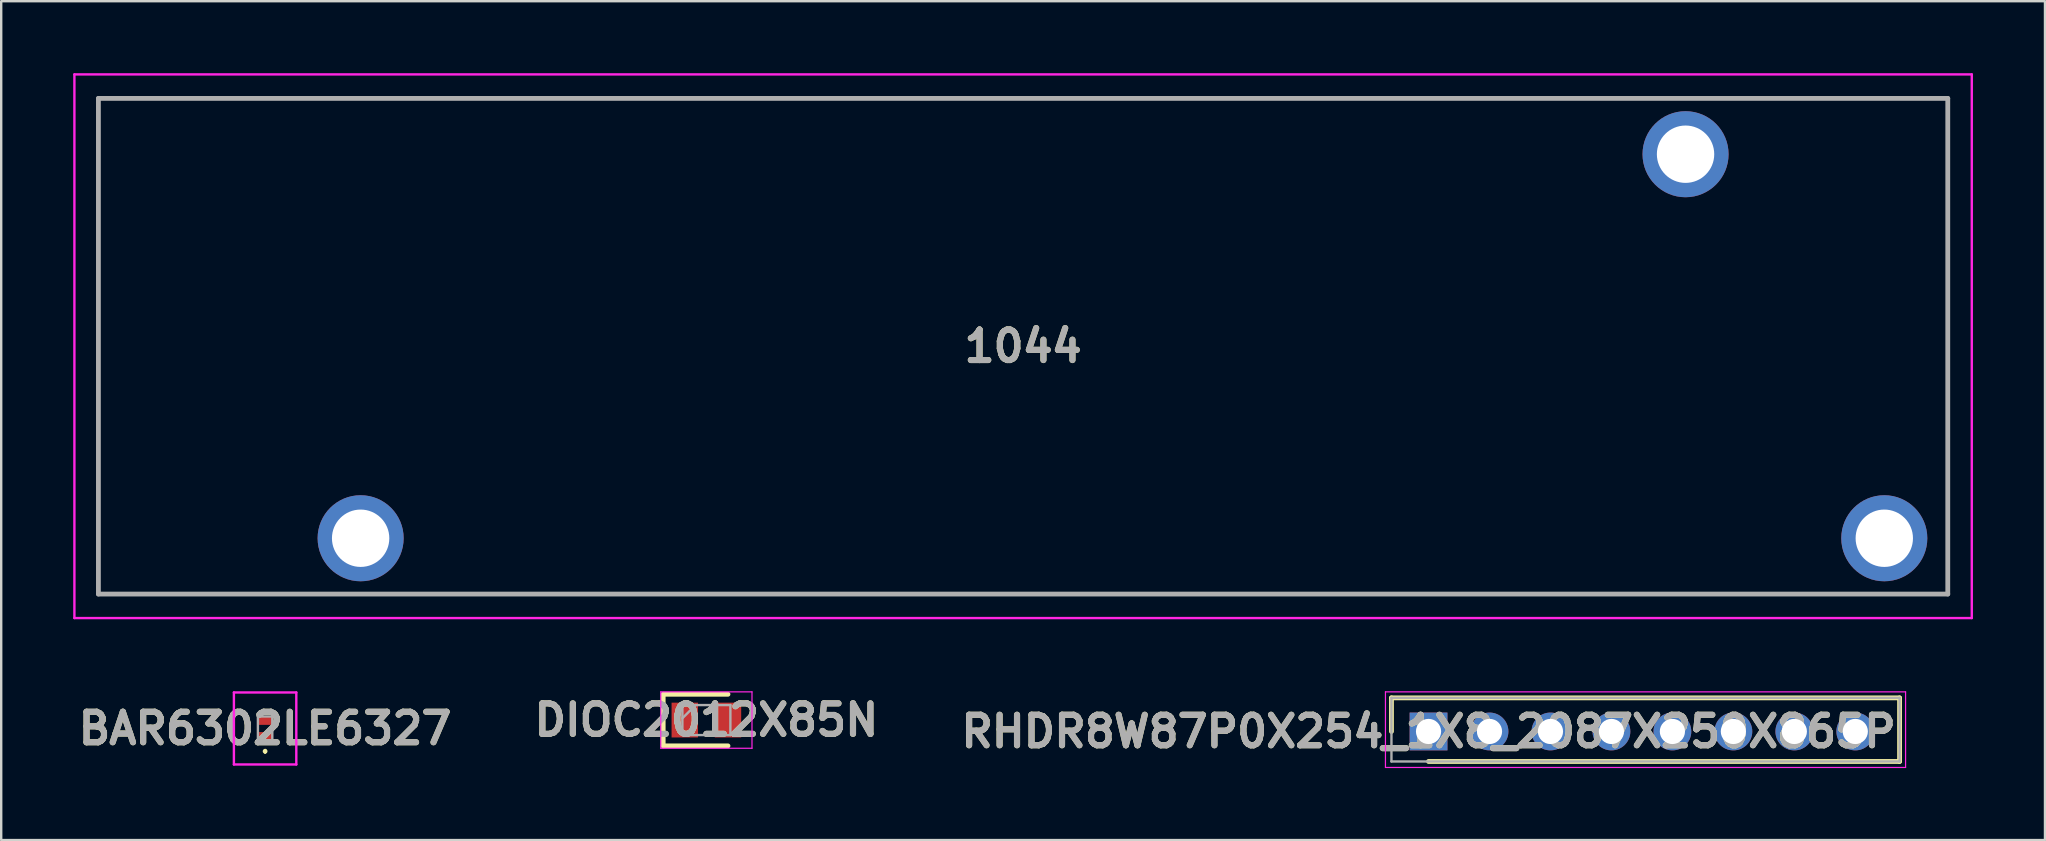
<source format=kicad_pcb>
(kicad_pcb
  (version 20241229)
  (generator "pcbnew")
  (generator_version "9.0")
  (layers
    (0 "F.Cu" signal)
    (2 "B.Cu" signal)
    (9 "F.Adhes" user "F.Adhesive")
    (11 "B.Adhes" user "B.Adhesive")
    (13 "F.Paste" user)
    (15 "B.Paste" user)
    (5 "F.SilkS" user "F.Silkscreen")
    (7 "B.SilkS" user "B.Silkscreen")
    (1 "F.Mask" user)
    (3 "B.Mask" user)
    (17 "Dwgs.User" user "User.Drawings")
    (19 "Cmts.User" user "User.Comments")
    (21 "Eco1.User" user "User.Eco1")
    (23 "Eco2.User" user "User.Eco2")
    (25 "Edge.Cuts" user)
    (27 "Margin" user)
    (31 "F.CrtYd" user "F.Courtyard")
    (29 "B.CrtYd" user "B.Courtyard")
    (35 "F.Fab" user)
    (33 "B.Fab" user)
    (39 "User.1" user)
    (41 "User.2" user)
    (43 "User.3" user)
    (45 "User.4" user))
  (footprint "BAR6302LE6327"
    (layer "F.Cu")
    (at 7.995 27.3)
    (property "Reference" "BAR6302LE6327" (at 0 0 0) (layer "F.SilkS") (effects (font (size 1.27 1.27) (thickness 0.254))))
    (attr smd)
    (fp_line (start 0 0.9) (end 0 0.9) (stroke (width 0.1) (type solid)) (layer "F.SilkS"))
    (fp_line (start 0 1) (end 0 1) (stroke (width 0.1) (type solid)) (layer "F.SilkS"))
    (fp_arc (start 0 0.9) (mid 0.05 0.95) (end 0 1) (stroke (width 0.1) (type solid)) (layer "F.SilkS"))
    (fp_arc (start 0 1) (mid -0.05 0.95) (end 0 0.9) (stroke (width 0.1) (type solid)) (layer "F.SilkS"))
    (fp_line (start -1.3 -1.5) (end 1.3 -1.5) (stroke (width 0.1) (type solid)) (layer "F.CrtYd"))
    (fp_line (start -1.3 1.5) (end -1.3 -1.5) (stroke (width 0.1) (type solid)) (layer "F.CrtYd"))
    (fp_line (start 1.3 -1.5) (end 1.3 1.5) (stroke (width 0.1) (type solid)) (layer "F.CrtYd"))
    (fp_line (start 1.3 1.5) (end -1.3 1.5) (stroke (width 0.1) (type solid)) (layer "F.CrtYd"))
    (fp_line (start -0.3 -0.5) (end 0.3 -0.5) (stroke (width 0.1) (type solid)) (layer "F.Fab"))
    (fp_line (start -0.3 0.5) (end -0.3 -0.5) (stroke (width 0.1) (type solid)) (layer "F.Fab"))
    (fp_line (start 0.3 -0.5) (end 0.3 0.5) (stroke (width 0.1) (type solid)) (layer "F.Fab"))
    (fp_line (start 0.3 0.5) (end -0.3 0.5) (stroke (width 0.1) (type solid)) (layer "F.Fab"))
    (fp_text user "${REFERENCE}" (at 0 0 0) (layer "F.Fab") (effects (font (size 1.27 1.27) (thickness 0.254))))
    (pad "1" smd rect (at 0 0.325 90) (size 0.35 0.6) (layers "F.Cu" "F.Mask" "F.Paste"))
    (pad "2" smd rect (at 0 -0.325 90) (size 0.35 0.6) (layers "F.Cu" "F.Mask" "F.Paste")))
  (footprint "DIOC2012X85N"
    (layer "F.Cu")
    (at 26.38 26.95)
    (property "Reference" "DIOC2012X85N" (at 0 0 0) (layer "F.SilkS") (effects (font (size 1.27 1.27) (thickness 0.254))))
    (attr smd)
    (fp_line (start -1.8 -1.075) (end -1.8 1.075) (stroke (width 0.2) (type solid)) (layer "F.SilkS"))
    (fp_line (start -1.8 1.075) (end 0.9 1.075) (stroke (width 0.2) (type solid)) (layer "F.SilkS"))
    (fp_line (start 0.9 -1.075) (end -1.8 -1.075) (stroke (width 0.2) (type solid)) (layer "F.SilkS"))
    (fp_line (start -1.9 -1.175) (end 1.9 -1.175) (stroke (width 0.05) (type solid)) (layer "F.CrtYd"))
    (fp_line (start -1.9 1.175) (end -1.9 -1.175) (stroke (width 0.05) (type solid)) (layer "F.CrtYd"))
    (fp_line (start 1.9 -1.175) (end 1.9 1.175) (stroke (width 0.05) (type solid)) (layer "F.CrtYd"))
    (fp_line (start 1.9 1.175) (end -1.9 1.175) (stroke (width 0.05) (type solid)) (layer "F.CrtYd"))
    (fp_line (start -1 -0.625) (end 1 -0.625) (stroke (width 0.1) (type solid)) (layer "F.Fab"))
    (fp_line (start -1 -0.075) (end -0.45 -0.625) (stroke (width 0.1) (type solid)) (layer "F.Fab"))
    (fp_line (start -1 0.625) (end -1 -0.625) (stroke (width 0.1) (type solid)) (layer "F.Fab"))
    (fp_line (start 1 -0.625) (end 1 0.625) (stroke (width 0.1) (type solid)) (layer "F.Fab"))
    (fp_line (start 1 0.625) (end -1 0.625) (stroke (width 0.1) (type solid)) (layer "F.Fab"))
    (fp_text user "${REFERENCE}" (at 0 0 0) (layer "F.Fab") (effects (font (size 1.27 1.27) (thickness 0.254))))
    (pad "1" smd rect (at -0.9 0) (size 1.1 1.45) (layers "F.Cu" "F.Mask" "F.Paste"))
    (pad "2" smd rect (at 0.9 0) (size 1.1 1.45) (layers "F.Cu" "F.Mask" "F.Paste")))
  (footprint "RHDR8W87P0X254_1X8_2087X250X865P"
    (layer "F.Cu")
    (at 56.467 27.425)
    (property "Reference" "RHDR8W87P0X254_1X8_2087X250X865P" (at 0 0 0) (layer "F.SilkS") (effects (font (size 1.27 1.27) (thickness 0.254))))
    (attr through_hole)
    (fp_line (start -1.545 -1.4) (end -1.545 0) (stroke (width 0.2) (type solid)) (layer "F.SilkS"))
    (fp_line (start 0 1.25) (end 19.625 1.25) (stroke (width 0.2) (type solid)) (layer "F.SilkS"))
    (fp_line (start 19.625 -1.4) (end -1.545 -1.4) (stroke (width 0.2) (type solid)) (layer "F.SilkS"))
    (fp_line (start 19.625 1.25) (end 19.625 -1.4) (stroke (width 0.2) (type solid)) (layer "F.SilkS"))
    (fp_line (start -1.795 -1.65) (end 19.875 -1.65) (stroke (width 0.05) (type solid)) (layer "F.CrtYd"))
    (fp_line (start -1.795 1.5) (end -1.795 -1.65) (stroke (width 0.05) (type solid)) (layer "F.CrtYd"))
    (fp_line (start 19.875 -1.65) (end 19.875 1.5) (stroke (width 0.05) (type solid)) (layer "F.CrtYd"))
    (fp_line (start 19.875 1.5) (end -1.795 1.5) (stroke (width 0.05) (type solid)) (layer "F.CrtYd"))
    (fp_line (start -1.545 -1.4) (end 19.625 -1.4) (stroke (width 0.1) (type solid)) (layer "F.Fab"))
    (fp_line (start -1.545 1.25) (end -1.545 -1.4) (stroke (width 0.1) (type solid)) (layer "F.Fab"))
    (fp_line (start 19.625 -1.4) (end 19.625 1.25) (stroke (width 0.1) (type solid)) (layer "F.Fab"))
    (fp_line (start 19.625 1.25) (end -1.545 1.25) (stroke (width 0.1) (type solid)) (layer "F.Fab"))
    (fp_text user "${REFERENCE}" (at 0 0 0) (layer "F.Fab") (effects (font (size 1.27 1.27) (thickness 0.254))))
    (pad "1" thru_hole rect (at 0 0) (size 1.575 1.575) (drill 1.05) (layers "*.Cu" "*.Mask"))
    (pad "2" thru_hole circle (at 2.54 0) (size 1.575 1.575) (drill 1.05) (layers "*.Cu" "*.Mask"))
    (pad "3" thru_hole circle (at 5.08 0) (size 1.575 1.575) (drill 1.05) (layers "*.Cu" "*.Mask"))
    (pad "4" thru_hole circle (at 7.62 0) (size 1.575 1.575) (drill 1.05) (layers "*.Cu" "*.Mask"))
    (pad "5" thru_hole circle (at 10.16 0) (size 1.575 1.575) (drill 1.05) (layers "*.Cu" "*.Mask"))
    (pad "6" thru_hole circle (at 12.7 0) (size 1.575 1.575) (drill 1.05) (layers "*.Cu" "*.Mask"))
    (pad "7" thru_hole circle (at 15.24 0) (size 1.575 1.575) (drill 1.05) (layers "*.Cu" "*.Mask"))
    (pad "8" thru_hole circle (at 17.78 0) (size 1.575 1.575) (drill 1.05) (layers "*.Cu" "*.Mask")))
  (footprint "1044"
    (layer "F.Cu")
    (at 75.455 19.375)
    (property "Reference" "1044" (at -35.88 -8 0) (layer "F.SilkS") (effects (font (size 1.27 1.27) (thickness 0.254))))
    (attr through_hole)
    (fp_line (start -74.405 -18.325) (end 2.645 -18.325) (stroke (width 0.1) (type solid)) (layer "F.SilkS"))
    (fp_line (start -74.405 2.325) (end -74.405 -18.325) (stroke (width 0.1) (type solid)) (layer "F.SilkS"))
    (fp_line (start 2.645 -18.325) (end 2.645 2.325) (stroke (width 0.1) (type solid)) (layer "F.SilkS"))
    (fp_line (start 2.645 2.325) (end -74.405 2.325) (stroke (width 0.1) (type solid)) (layer "F.SilkS"))
    (fp_line (start -75.405 -19.325) (end 3.645 -19.325) (stroke (width 0.1) (type solid)) (layer "F.CrtYd"))
    (fp_line (start -75.405 3.325) (end -75.405 -19.325) (stroke (width 0.1) (type solid)) (layer "F.CrtYd"))
    (fp_line (start 3.645 -19.325) (end 3.645 3.325) (stroke (width 0.1) (type solid)) (layer "F.CrtYd"))
    (fp_line (start 3.645 3.325) (end -75.405 3.325) (stroke (width 0.1) (type solid)) (layer "F.CrtYd"))
    (fp_line (start -74.405 -18.325) (end 2.645 -18.325) (stroke (width 0.2) (type solid)) (layer "F.Fab"))
    (fp_line (start -74.405 2.325) (end -74.405 -18.325) (stroke (width 0.2) (type solid)) (layer "F.Fab"))
    (fp_line (start 2.645 -18.325) (end 2.645 2.325) (stroke (width 0.2) (type solid)) (layer "F.Fab"))
    (fp_line (start 2.645 2.325) (end -74.405 2.325) (stroke (width 0.2) (type solid)) (layer "F.Fab"))
    (fp_text user "${REFERENCE}" (at -35.88 -8 0) (layer "F.Fab") (effects (font (size 1.27 1.27) (thickness 0.254))))
    (pad "1" thru_hole circle (at 0 0) (size 3.585 3.585) (drill 2.39) (layers "*.Cu" "*.Mask"))
    (pad "2" thru_hole circle (at -8.28 -16) (size 3.585 3.585) (drill 2.39) (layers "*.Cu" "*.Mask"))
    (pad "3" thru_hole circle (at -63.48 0) (size 3.585 3.585) (drill 2.39) (layers "*.Cu" "*.Mask")))
  (gr_rect
    (start -3 -3)
    (end 82.15 31.95)
    (stroke (width 0.1) (type default))
    (fill no)
    (layer "Edge.Cuts")))
</source>
